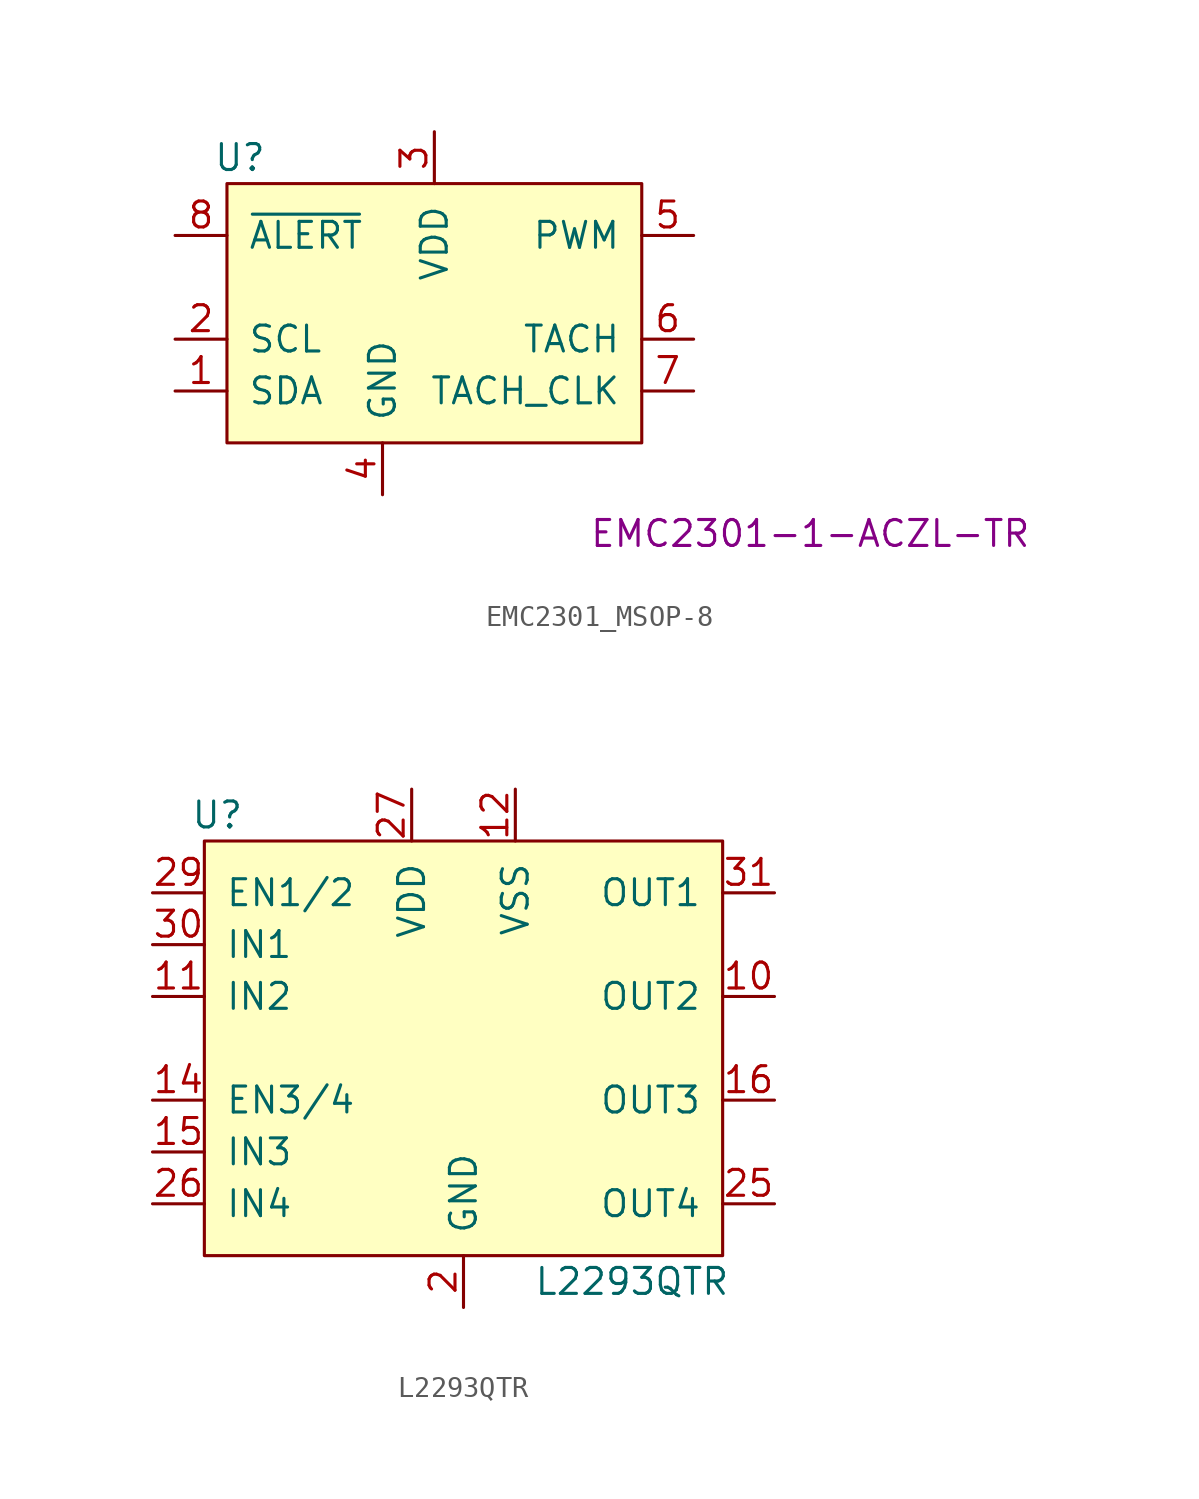
<source format=kicad_sym>
(kicad_symbol_lib
  (version 20211014)
  (generator kicad_symbol_editor)
  (symbol "EMC2301_MSOP-8"
    (pin_names
      (offset 1.016))
    (property "Reference" "U"
      (at -9.525 6.35 0)
      (effects (font (size 1.27 1.27))))
    (property "Manufacturer Part Number" "EMC2301-1-ACZL-TR"
      (at 18.415 -12.065 0)
      (effects (font (size 1.27 1.27))))
    (symbol "EMC2301_MSOP-8_0_1"
      (rectangle (start -10.16 5.08) (end 10.16 -7.62) (stroke (width 0) (type default) (color 0 0 0 0)) (fill (type background))))
    (symbol "EMC2301_MSOP-8_1_1"
      (pin bidirectional line (at -12.7 -5.08 0) (length 2.54) (name "SDA" (effects (font (size 1.27 1.27)))) (number "1" (effects (font (size 1.27 1.27)))))
      (pin input line (at -12.7 -2.54 0) (length 2.54) (name "SCL" (effects (font (size 1.27 1.27)))) (number "2" (effects (font (size 1.27 1.27)))))
      (pin power_in line (at 0 7.62 270) (length 2.54) (name "VDD" (effects (font (size 1.27 1.27)))) (number "3" (effects (font (size 1.27 1.27)))))
      (pin power_in line (at -2.54 -10.16 90) (length 2.54) (name "GND" (effects (font (size 1.27 1.27)))) (number "4" (effects (font (size 1.27 1.27)))))
      (pin output line (at 12.7 2.54 180) (length 2.54) (name "PWM" (effects (font (size 1.27 1.27)))) (number "5" (effects (font (size 1.27 1.27)))))
      (pin input line (at 12.7 -2.54 180) (length 2.54) (name "TACH" (effects (font (size 1.27 1.27)))) (number "6" (effects (font (size 1.27 1.27)))))
      (pin bidirectional line (at 12.7 -5.08 180) (length 2.54) (name "TACH_CLK" (effects (font (size 1.27 1.27)))) (number "7" (effects (font (size 1.27 1.27)))))
      (pin output line (at -12.7 2.54 0) (length 2.54) (name "~{ALERT}" (effects (font (size 1.27 1.27)))) (number "8" (effects (font (size 1.27 1.27)))))))
  (symbol "L2293QTR"
    (pin_names
      (offset 1.016))
    (property "Reference" "U"
      (at -12.065 11.43 0)
      (effects (font (size 1.27 1.27))))
    (property "Value" "L2293QTR"
      (at 8.255 -11.43 0)
      (effects (font (size 1.27 1.27))))
    (symbol "L2293QTR_0_1"
      (rectangle (start -12.7 10.16) (end 12.7 -10.16) (stroke (width 0) (type default) (color 0 0 0 0)) (fill (type background))))
    (symbol "L2293QTR_1_1"
      (pin input line (at 15.24 2.54 180) (length 2.54) (name "OUT2" (effects (font (size 1.27 1.27)))) (number "10" (effects (font (size 1.27 1.27)))))
      (pin input line (at -15.24 2.54 0) (length 2.54) (name "IN2" (effects (font (size 1.27 1.27)))) (number "11" (effects (font (size 1.27 1.27)))))
      (pin power_in line (at 2.54 12.7 270) (length 2.54) (name "VSS" (effects (font (size 1.27 1.27)))) (number "12" (effects (font (size 1.27 1.27)))))
      (pin power_in line (at 2.54 12.7 270) (length 2.54) hide (name "VSS" (effects (font (size 1.27 1.27)))) (number "13" (effects (font (size 1.27 1.27)))))
      (pin input line (at -15.24 -2.54 0) (length 2.54) (name "EN3/4" (effects (font (size 1.27 1.27)))) (number "14" (effects (font (size 1.27 1.27)))))
      (pin input line (at -15.24 -5.08 0) (length 2.54) (name "IN3" (effects (font (size 1.27 1.27)))) (number "15" (effects (font (size 1.27 1.27)))))
      (pin input line (at 15.24 -2.54 180) (length 2.54) (name "OUT3" (effects (font (size 1.27 1.27)))) (number "16" (effects (font (size 1.27 1.27)))))
      (pin power_in line (at 0 -12.7 90) (length 2.54) hide (name "GND" (effects (font (size 1.27 1.27)))) (number "17" (effects (font (size 1.27 1.27)))))
      (pin power_in line (at 0 -12.7 90) (length 2.54) (name "GND" (effects (font (size 1.27 1.27)))) (number "2" (effects (font (size 1.27 1.27)))))
      (pin power_in line (at 0 -12.7 90) (length 2.54) hide (name "GND" (effects (font (size 1.27 1.27)))) (number "24" (effects (font (size 1.27 1.27)))))
      (pin input line (at 15.24 -7.62 180) (length 2.54) (name "OUT4" (effects (font (size 1.27 1.27)))) (number "25" (effects (font (size 1.27 1.27)))))
      (pin input line (at -15.24 -7.62 0) (length 2.54) (name "IN4" (effects (font (size 1.27 1.27)))) (number "26" (effects (font (size 1.27 1.27)))))
      (pin power_in line (at -2.54 12.7 270) (length 2.54) (name "VDD" (effects (font (size 1.27 1.27)))) (number "27" (effects (font (size 1.27 1.27)))))
      (pin power_in line (at 0 -12.7 90) (length 2.54) hide (name "GND" (effects (font (size 1.27 1.27)))) (number "28" (effects (font (size 1.27 1.27)))))
      (pin input line (at -15.24 7.62 0) (length 2.54) (name "EN1/2" (effects (font (size 1.27 1.27)))) (number "29" (effects (font (size 1.27 1.27)))))
      (pin power_in line (at 0 -12.7 90) (length 2.54) hide (name "GND" (effects (font (size 1.27 1.27)))) (number "3" (effects (font (size 1.27 1.27)))))
      (pin input line (at -15.24 5.08 0) (length 2.54) (name "IN1" (effects (font (size 1.27 1.27)))) (number "30" (effects (font (size 1.27 1.27)))))
      (pin input line (at 15.24 7.62 180) (length 2.54) (name "OUT1" (effects (font (size 1.27 1.27)))) (number "31" (effects (font (size 1.27 1.27)))))
      (pin power_in line (at 0 -12.7 90) (length 2.54) hide (name "GND" (effects (font (size 1.27 1.27)))) (number "32" (effects (font (size 1.27 1.27)))))
      (pin power_in line (at 0 -12.7 90) (length 2.54) hide (name "GND" (effects (font (size 1.27 1.27)))) (number "4" (effects (font (size 1.27 1.27)))))
      (pin power_in line (at 0 -12.7 90) (length 2.54) hide (name "GND" (effects (font (size 1.27 1.27)))) (number "5" (effects (font (size 1.27 1.27)))))
      (pin power_in line (at 0 -12.7 90) (length 2.54) hide (name "GND" (effects (font (size 1.27 1.27)))) (number "6" (effects (font (size 1.27 1.27)))))
      (pin power_in line (at 0 -12.7 90) (length 2.54) hide (name "GND" (effects (font (size 1.27 1.27)))) (number "7" (effects (font (size 1.27 1.27)))))
      (pin power_in line (at 0 -12.7 90) (length 2.54) hide (name "GND" (effects (font (size 1.27 1.27)))) (number "8" (effects (font (size 1.27 1.27)))))
      (pin power_in line (at 0 -12.7 90) (length 2.54) hide (name "GND" (effects (font (size 1.27 1.27)))) (number "9" (effects (font (size 1.27 1.27))))))))
</source>
